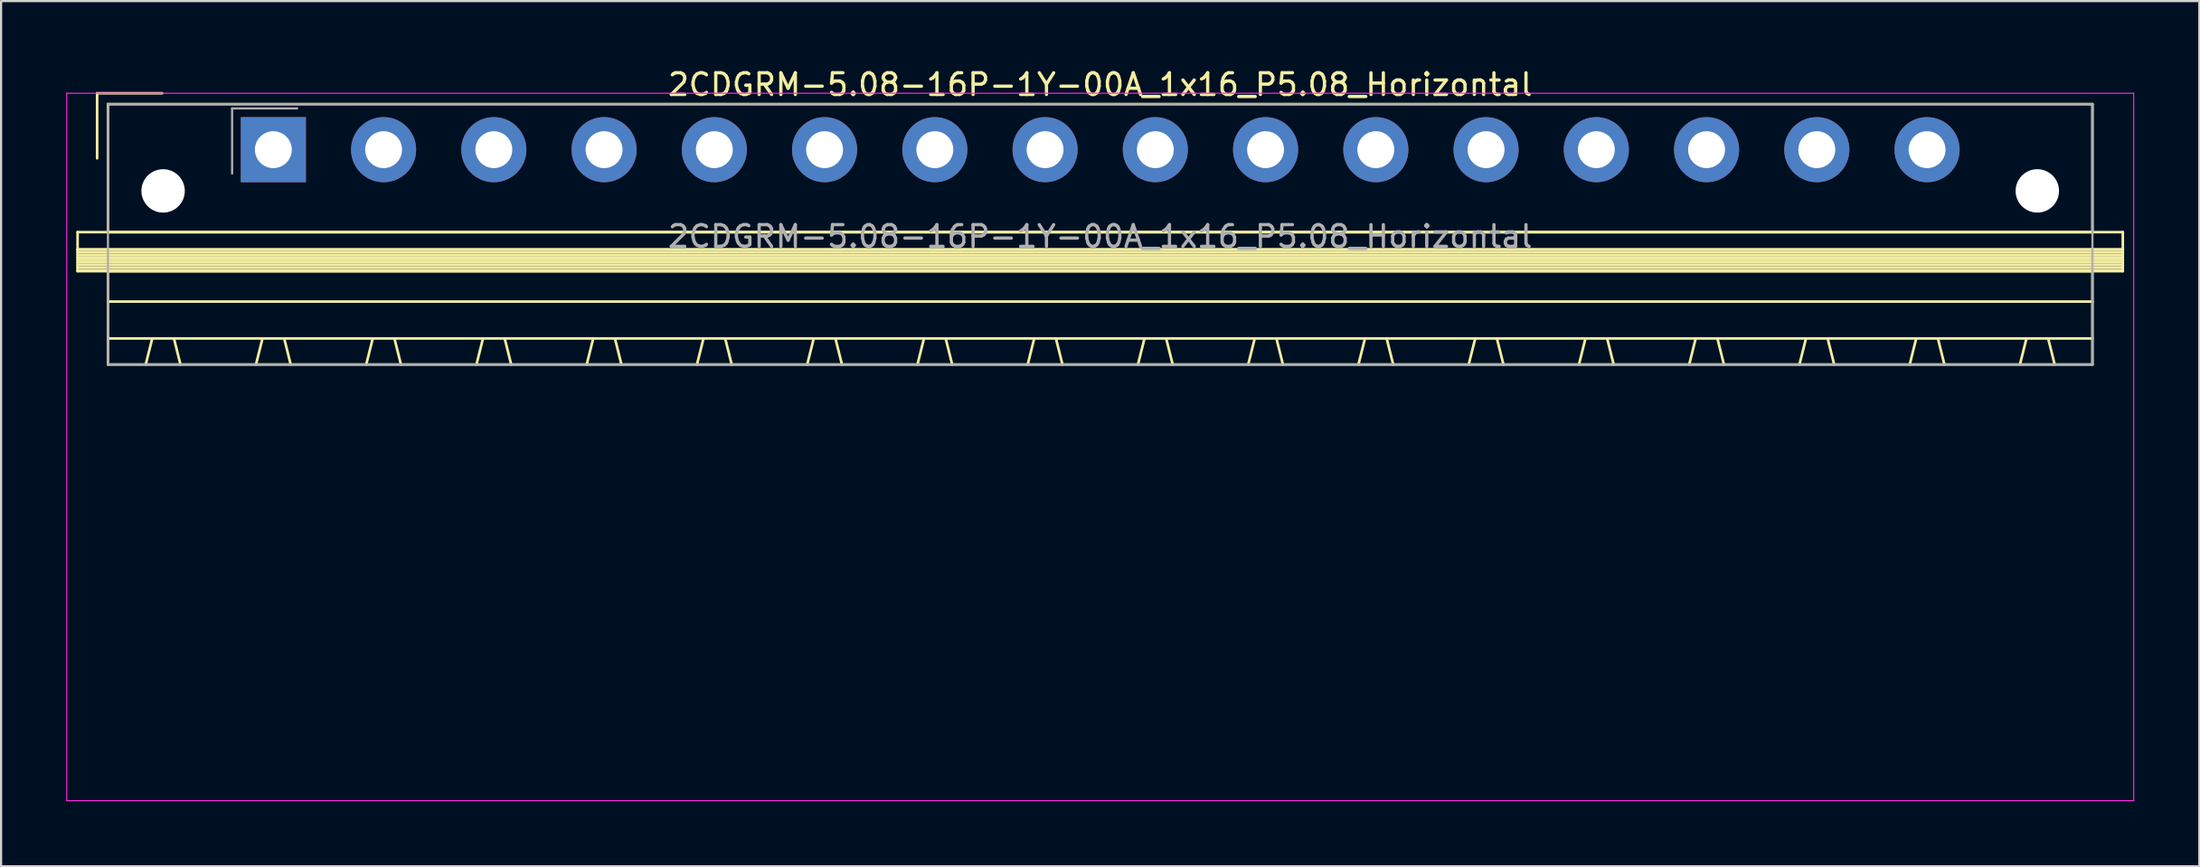
<source format=kicad_pcb>
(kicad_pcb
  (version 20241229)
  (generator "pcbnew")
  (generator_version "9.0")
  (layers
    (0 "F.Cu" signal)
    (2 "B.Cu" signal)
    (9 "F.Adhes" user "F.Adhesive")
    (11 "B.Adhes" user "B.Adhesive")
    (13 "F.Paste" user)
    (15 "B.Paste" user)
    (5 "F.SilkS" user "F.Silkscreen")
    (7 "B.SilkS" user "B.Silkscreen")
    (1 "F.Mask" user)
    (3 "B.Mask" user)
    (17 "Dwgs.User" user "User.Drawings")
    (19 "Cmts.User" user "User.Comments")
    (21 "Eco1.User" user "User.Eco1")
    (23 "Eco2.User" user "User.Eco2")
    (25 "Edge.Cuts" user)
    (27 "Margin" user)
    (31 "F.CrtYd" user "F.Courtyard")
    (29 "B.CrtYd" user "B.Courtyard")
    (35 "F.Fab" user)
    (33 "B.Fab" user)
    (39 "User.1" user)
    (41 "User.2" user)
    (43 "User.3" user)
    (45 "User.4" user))
  (footprint "2CDGRM-5.08-16P-1Y-00A_1x16_P5.08_Horizontal"
    (layer "F.Cu")
    (at 9.545 3.848)
    (property "Reference" "2CDGRM-5.08-16P-1Y-00A_1x16_P5.08_Horizontal" (at 38.1 -3 0) (layer "F.SilkS") (effects (font (size 1 1) (thickness 0.15))))
    (attr through_hole)
    (fp_line (start -9.02 3.8) (end -9.02 4.6) (stroke (width 0.12) (type solid)) (layer "F.SilkS"))
    (fp_line (start -9.02 4.6) (end -9.02 5.6) (stroke (width 0.12) (type solid)) (layer "F.SilkS"))
    (fp_line (start -9.02 4.6) (end 85.22 4.6) (stroke (width 0.12) (type solid)) (layer "F.SilkS"))
    (fp_line (start -9.02 4.72) (end 85.22 4.72) (stroke (width 0.12) (type solid)) (layer "F.SilkS"))
    (fp_line (start -9.02 4.84) (end 85.22 4.84) (stroke (width 0.12) (type solid)) (layer "F.SilkS"))
    (fp_line (start -9.02 4.96) (end 85.22 4.96) (stroke (width 0.12) (type solid)) (layer "F.SilkS"))
    (fp_line (start -9.02 5.08) (end 85.22 5.08) (stroke (width 0.12) (type solid)) (layer "F.SilkS"))
    (fp_line (start -9.02 5.2) (end 85.22 5.2) (stroke (width 0.12) (type solid)) (layer "F.SilkS"))
    (fp_line (start -9.02 5.32) (end 85.22 5.32) (stroke (width 0.12) (type solid)) (layer "F.SilkS"))
    (fp_line (start -9.02 5.44) (end 85.22 5.44) (stroke (width 0.12) (type solid)) (layer "F.SilkS"))
    (fp_line (start -9.02 5.56) (end 85.22 5.56) (stroke (width 0.12) (type solid)) (layer "F.SilkS"))
    (fp_line (start -9.02 5.6) (end 85.22 5.6) (stroke (width 0.12) (type solid)) (layer "F.SilkS"))
    (fp_line (start -8.12 -2.6) (end -8.12 0.4) (stroke (width 0.12) (type solid)) (layer "F.SilkS"))
    (fp_line (start -8.12 -2.6) (end -5.12 -2.6) (stroke (width 0.12) (type solid)) (layer "F.SilkS"))
    (fp_line (start -7.62 -2.1) (end -7.62 3.8) (stroke (width 0.12) (type solid)) (layer "F.SilkS"))
    (fp_line (start -7.62 3.8) (end 83.82 3.8) (stroke (width 0.12) (type solid)) (layer "F.SilkS"))
    (fp_line (start -7.62 5.6) (end -7.62 9.9) (stroke (width 0.12) (type solid)) (layer "F.SilkS"))
    (fp_line (start -7.62 7) (end 83.82 7) (stroke (width 0.12) (type solid)) (layer "F.SilkS"))
    (fp_line (start -7.62 8.7) (end 83.82 8.7) (stroke (width 0.12) (type solid)) (layer "F.SilkS"))
    (fp_line (start -7.62 9.9) (end 83.82 9.9) (stroke (width 0.12) (type solid)) (layer "F.SilkS"))
    (fp_line (start -5.58 8.7) (end -5.88 9.9) (stroke (width 0.12) (type solid)) (layer "F.SilkS"))
    (fp_line (start -4.58 8.7) (end -4.28 9.9) (stroke (width 0.12) (type solid)) (layer "F.SilkS"))
    (fp_line (start -0.5 8.7) (end -0.8 9.9) (stroke (width 0.12) (type solid)) (layer "F.SilkS"))
    (fp_line (start 0.5 8.7) (end 0.8 9.9) (stroke (width 0.12) (type solid)) (layer "F.SilkS"))
    (fp_line (start 4.58 8.7) (end 4.28 9.9) (stroke (width 0.12) (type solid)) (layer "F.SilkS"))
    (fp_line (start 5.58 8.7) (end 5.88 9.9) (stroke (width 0.12) (type solid)) (layer "F.SilkS"))
    (fp_line (start 9.66 8.7) (end 9.36 9.9) (stroke (width 0.12) (type solid)) (layer "F.SilkS"))
    (fp_line (start 10.66 8.7) (end 10.96 9.9) (stroke (width 0.12) (type solid)) (layer "F.SilkS"))
    (fp_line (start 14.74 8.7) (end 14.44 9.9) (stroke (width 0.12) (type solid)) (layer "F.SilkS"))
    (fp_line (start 15.74 8.7) (end 16.04 9.9) (stroke (width 0.12) (type solid)) (layer "F.SilkS"))
    (fp_line (start 19.82 8.7) (end 19.52 9.9) (stroke (width 0.12) (type solid)) (layer "F.SilkS"))
    (fp_line (start 20.82 8.7) (end 21.12 9.9) (stroke (width 0.12) (type solid)) (layer "F.SilkS"))
    (fp_line (start 24.9 8.7) (end 24.6 9.9) (stroke (width 0.12) (type solid)) (layer "F.SilkS"))
    (fp_line (start 25.9 8.7) (end 26.2 9.9) (stroke (width 0.12) (type solid)) (layer "F.SilkS"))
    (fp_line (start 29.98 8.7) (end 29.68 9.9) (stroke (width 0.12) (type solid)) (layer "F.SilkS"))
    (fp_line (start 30.98 8.7) (end 31.28 9.9) (stroke (width 0.12) (type solid)) (layer "F.SilkS"))
    (fp_line (start 35.06 8.7) (end 34.76 9.9) (stroke (width 0.12) (type solid)) (layer "F.SilkS"))
    (fp_line (start 36.06 8.7) (end 36.36 9.9) (stroke (width 0.12) (type solid)) (layer "F.SilkS"))
    (fp_line (start 40.14 8.7) (end 39.84 9.9) (stroke (width 0.12) (type solid)) (layer "F.SilkS"))
    (fp_line (start 41.14 8.7) (end 41.44 9.9) (stroke (width 0.12) (type solid)) (layer "F.SilkS"))
    (fp_line (start 45.22 8.7) (end 44.92 9.9) (stroke (width 0.12) (type solid)) (layer "F.SilkS"))
    (fp_line (start 46.22 8.7) (end 46.52 9.9) (stroke (width 0.12) (type solid)) (layer "F.SilkS"))
    (fp_line (start 50.3 8.7) (end 50 9.9) (stroke (width 0.12) (type solid)) (layer "F.SilkS"))
    (fp_line (start 51.3 8.7) (end 51.6 9.9) (stroke (width 0.12) (type solid)) (layer "F.SilkS"))
    (fp_line (start 55.38 8.7) (end 55.08 9.9) (stroke (width 0.12) (type solid)) (layer "F.SilkS"))
    (fp_line (start 56.38 8.7) (end 56.68 9.9) (stroke (width 0.12) (type solid)) (layer "F.SilkS"))
    (fp_line (start 60.46 8.7) (end 60.16 9.9) (stroke (width 0.12) (type solid)) (layer "F.SilkS"))
    (fp_line (start 61.46 8.7) (end 61.76 9.9) (stroke (width 0.12) (type solid)) (layer "F.SilkS"))
    (fp_line (start 65.54 8.7) (end 65.24 9.9) (stroke (width 0.12) (type solid)) (layer "F.SilkS"))
    (fp_line (start 66.54 8.7) (end 66.84 9.9) (stroke (width 0.12) (type solid)) (layer "F.SilkS"))
    (fp_line (start 70.62 8.7) (end 70.32 9.9) (stroke (width 0.12) (type solid)) (layer "F.SilkS"))
    (fp_line (start 71.62 8.7) (end 71.92 9.9) (stroke (width 0.12) (type solid)) (layer "F.SilkS"))
    (fp_line (start 75.7 8.7) (end 75.4 9.9) (stroke (width 0.12) (type solid)) (layer "F.SilkS"))
    (fp_line (start 76.7 8.7) (end 77 9.9) (stroke (width 0.12) (type solid)) (layer "F.SilkS"))
    (fp_line (start 80.78 8.7) (end 80.48 9.9) (stroke (width 0.12) (type solid)) (layer "F.SilkS"))
    (fp_line (start 81.78 8.7) (end 82.08 9.9) (stroke (width 0.12) (type solid)) (layer "F.SilkS"))
    (fp_line (start 83.82 -2.1) (end -7.62 -2.1) (stroke (width 0.12) (type solid)) (layer "F.SilkS"))
    (fp_line (start 83.82 3.8) (end 83.82 -2.1) (stroke (width 0.12) (type solid)) (layer "F.SilkS"))
    (fp_line (start 83.82 5.6) (end -7.62 5.6) (stroke (width 0.12) (type solid)) (layer "F.SilkS"))
    (fp_line (start 83.82 9.9) (end 83.82 5.6) (stroke (width 0.12) (type solid)) (layer "F.SilkS"))
    (fp_line (start 85.22 3.8) (end -9.02 3.8) (stroke (width 0.12) (type solid)) (layer "F.SilkS"))
    (fp_line (start 85.22 4.6) (end -9.02 4.6) (stroke (width 0.12) (type solid)) (layer "F.SilkS"))
    (fp_line (start 85.22 4.6) (end 85.22 3.8) (stroke (width 0.12) (type solid)) (layer "F.SilkS"))
    (fp_line (start 85.22 5.6) (end 85.22 4.6) (stroke (width 0.12) (type solid)) (layer "F.SilkS"))
    (fp_line (start -9.52 -2.6) (end -9.52 30) (stroke (width 0.05) (type solid)) (layer "F.CrtYd"))
    (fp_line (start -9.52 30) (end 85.72 30) (stroke (width 0.05) (type solid)) (layer "F.CrtYd"))
    (fp_line (start 85.72 -2.6) (end -9.52 -2.6) (stroke (width 0.05) (type solid)) (layer "F.CrtYd"))
    (fp_line (start 85.72 30) (end 85.72 -2.6) (stroke (width 0.05) (type solid)) (layer "F.CrtYd"))
    (fp_line (start -7.62 -2.1) (end -7.62 9.9) (stroke (width 0.1) (type solid)) (layer "F.Fab"))
    (fp_line (start -7.62 9.9) (end 83.82 9.9) (stroke (width 0.1) (type solid)) (layer "F.Fab"))
    (fp_line (start -1.9 -1.9) (end -1.9 1.1) (stroke (width 0.1) (type solid)) (layer "F.Fab"))
    (fp_line (start -1.9 -1.9) (end 1.1 -1.9) (stroke (width 0.1) (type solid)) (layer "F.Fab"))
    (fp_line (start 83.82 -2.1) (end -7.62 -2.1) (stroke (width 0.1) (type solid)) (layer "F.Fab"))
    (fp_line (start 83.82 9.9) (end 83.82 -2.1) (stroke (width 0.1) (type solid)) (layer "F.Fab"))
    (fp_text user "${REFERENCE}" (at 38.1 4 0) (layer "F.Fab") (effects (font (size 1 1) (thickness 0.15))))
    (pad "" np_thru_hole circle (at -5.08 1.9) (size 2 2) (drill 2) (layers "*.Cu" "*.Mask"))
    (pad "" np_thru_hole circle (at 81.28 1.9) (size 2 2) (drill 2) (layers "*.Cu" "*.Mask"))
    (pad "1" thru_hole rect (at 0 0) (size 3 3) (drill 1.7) (layers "*.Cu" "*.Mask"))
    (pad "2" thru_hole circle (at 5.08 0) (size 3 3) (drill 1.7) (layers "*.Cu" "*.Mask"))
    (pad "3" thru_hole circle (at 10.16 0) (size 3 3) (drill 1.7) (layers "*.Cu" "*.Mask"))
    (pad "4" thru_hole circle (at 15.24 0) (size 3 3) (drill 1.7) (layers "*.Cu" "*.Mask"))
    (pad "5" thru_hole circle (at 20.32 0) (size 3 3) (drill 1.7) (layers "*.Cu" "*.Mask"))
    (pad "6" thru_hole circle (at 25.4 0) (size 3 3) (drill 1.7) (layers "*.Cu" "*.Mask"))
    (pad "7" thru_hole circle (at 30.48 0) (size 3 3) (drill 1.7) (layers "*.Cu" "*.Mask"))
    (pad "8" thru_hole circle (at 35.56 0) (size 3 3) (drill 1.7) (layers "*.Cu" "*.Mask"))
    (pad "9" thru_hole circle (at 40.64 0) (size 3 3) (drill 1.7) (layers "*.Cu" "*.Mask"))
    (pad "10" thru_hole circle (at 45.72 0) (size 3 3) (drill 1.7) (layers "*.Cu" "*.Mask"))
    (pad "11" thru_hole circle (at 50.8 0) (size 3 3) (drill 1.7) (layers "*.Cu" "*.Mask"))
    (pad "12" thru_hole circle (at 55.88 0) (size 3 3) (drill 1.7) (layers "*.Cu" "*.Mask"))
    (pad "13" thru_hole circle (at 60.96 0) (size 3 3) (drill 1.7) (layers "*.Cu" "*.Mask"))
    (pad "14" thru_hole circle (at 66.04 0) (size 3 3) (drill 1.7) (layers "*.Cu" "*.Mask"))
    (pad "15" thru_hole circle (at 71.12 0) (size 3 3) (drill 1.7) (layers "*.Cu" "*.Mask"))
    (pad "16" thru_hole circle (at 76.2 0) (size 3 3) (drill 1.7) (layers "*.Cu" "*.Mask")))
  (gr_rect
    (start -3 -3)
    (end 98.29 36.873)
    (stroke (width 0.1) (type default))
    (fill no)
    (layer "Edge.Cuts")))
</source>
